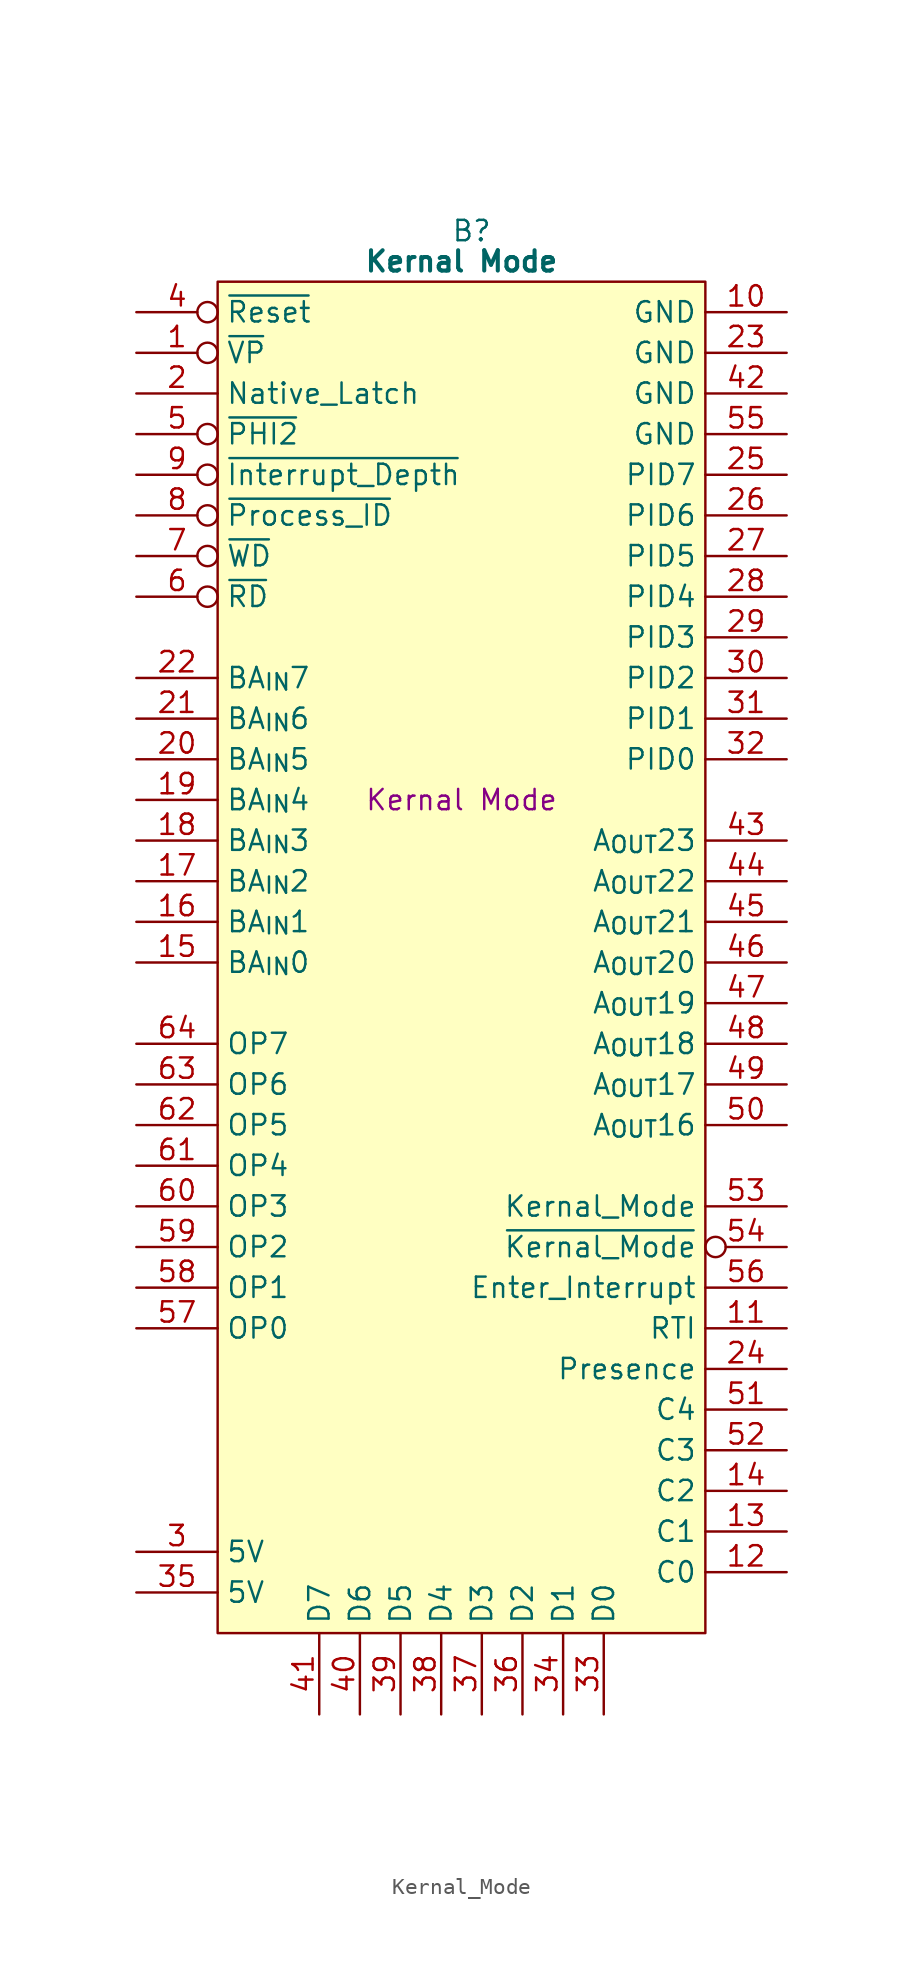
<source format=kicad_sym>
(kicad_symbol_lib
  (version 20241209)
  (generator "kicad_symbol_editor")
  (generator_version "9.0")
  (symbol "Kernal_Mode"
    (property "Reference" "B"
      (at 15.875 5.08 0)
      (effects (font (size 1.27 1.27))))
    (property "Value" "Kernal Mode"
      (at 15.24 3.175 0)
      (effects (font (size 1.27 1.27) (bold yes))))
    (property "Description" "Kernal Mode"
      (at 15.24 -30.48 0)
      (effects (font (size 1.27 1.27))))
    (symbol "Kernal_Mode_0_1"
      (polyline (pts (xy 0 1.905) (xy 30.48 1.905) (xy 30.48 -82.55) (xy 0 -82.55) (xy 0 1.905)) (stroke (width 0.152) (type default)) (fill (type background))))
    (symbol "Kernal_Mode_1_0"
      (pin input line (at -5.08 -53.34 0) (length 5.08) (name "OP4" (effects (font (size 1.27 1.27)))) (number "61" (effects (font (size 1.27 1.27)))))
      (pin input line (at -5.08 -55.88 0) (length 5.08) (name "OP3" (effects (font (size 1.27 1.27)))) (number "60" (effects (font (size 1.27 1.27)))))
      (pin input line (at -5.08 -58.42 0) (length 5.08) (name "OP2" (effects (font (size 1.27 1.27)))) (number "59" (effects (font (size 1.27 1.27)))))
      (pin input line (at -5.08 -60.96 0) (length 5.08) (name "OP1" (effects (font (size 1.27 1.27)))) (number "58" (effects (font (size 1.27 1.27)))))
      (pin input line (at -5.08 -63.5 0) (length 5.08) (name "OP0" (effects (font (size 1.27 1.27)))) (number "57" (effects (font (size 1.27 1.27)))))
      (pin tri_state line (at 11.43 -87.63 90) (length 5.08) (name "D5" (effects (font (size 1.27 1.27)))) (number "39" (effects (font (size 1.27 1.27)))))
      (pin tri_state line (at 13.97 -87.63 90) (length 5.08) (name "D4" (effects (font (size 1.27 1.27)))) (number "38" (effects (font (size 1.27 1.27)))))
      (pin tri_state line (at 16.51 -87.63 90) (length 5.08) (name "D3" (effects (font (size 1.27 1.27)))) (number "37" (effects (font (size 1.27 1.27)))))
      (pin tri_state line (at 19.05 -87.63 90) (length 5.08) (name "D2" (effects (font (size 1.27 1.27)))) (number "36" (effects (font (size 1.27 1.27)))))
      (pin tri_state line (at 21.59 -87.63 90) (length 5.08) (name "D1" (effects (font (size 1.27 1.27)))) (number "34" (effects (font (size 1.27 1.27)))))
      (pin tri_state line (at 24.13 -87.63 90) (length 5.08) (name "D0" (effects (font (size 1.27 1.27)))) (number "33" (effects (font (size 1.27 1.27)))))
      (pin output line (at 35.56 -27.94 180) (length 5.08) (name "PID0" (effects (font (size 1.27 1.27)))) (number "32" (effects (font (size 1.27 1.27)))))
      (pin output line (at 35.56 -38.1 180) (length 5.08) (name "A_{OUT}21" (effects (font (size 1.27 1.27)))) (number "45" (effects (font (size 1.27 1.27)))))
      (pin output inverted (at 35.56 -58.42 180) (length 5.08) (name "~{Kernal_Mode}" (effects (font (size 1.27 1.27)))) (number "54" (effects (font (size 1.27 1.27)))))
      (pin output line (at 35.56 -60.96 180) (length 5.08) (name "Enter_Interrupt" (effects (font (size 1.27 1.27)))) (number "56" (effects (font (size 1.27 1.27))))))
    (symbol "Kernal_Mode_1_1"
      (pin input inverted (at -5.08 0 0) (length 5.08) (name "~{Reset}" (effects (font (size 1.27 1.27)))) (number "4" (effects (font (size 1.27 1.27)))))
      (pin input inverted (at -5.08 -2.54 0) (length 5.08) (name "~{VP}" (effects (font (size 1.27 1.27)))) (number "1" (effects (font (size 1.27 1.27)))))
      (pin input line (at -5.08 -5.08 0) (length 5.08) (name "Native_Latch" (effects (font (size 1.27 1.27)))) (number "2" (effects (font (size 1.27 1.27)))))
      (pin input inverted (at -5.08 -7.62 0) (length 5.08) (name "~{PHI2}" (effects (font (size 1.27 1.27)))) (number "5" (effects (font (size 1.27 1.27)))))
      (pin input inverted (at -5.08 -10.16 0) (length 5.08) (name "~{Interrupt_Depth}" (effects (font (size 1.27 1.27)))) (number "9" (effects (font (size 1.27 1.27)))))
      (pin input inverted (at -5.08 -12.7 0) (length 5.08) (name "~{Process_ID}" (effects (font (size 1.27 1.27)))) (number "8" (effects (font (size 1.27 1.27)))))
      (pin input inverted (at -5.08 -15.24 0) (length 5.08) (name "~{WD}" (effects (font (size 1.27 1.27)))) (number "7" (effects (font (size 1.27 1.27)))))
      (pin input inverted (at -5.08 -17.78 0) (length 5.08) (name "~{RD}" (effects (font (size 1.27 1.27)))) (number "6" (effects (font (size 1.27 1.27)))))
      (pin input line (at -5.08 -22.86 0) (length 5.08) (name "BA_{IN}7" (effects (font (size 1.27 1.27)))) (number "22" (effects (font (size 1.27 1.27)))))
      (pin input line (at -5.08 -25.4 0) (length 5.08) (name "BA_{IN}6" (effects (font (size 1.27 1.27)))) (number "21" (effects (font (size 1.27 1.27)))))
      (pin input line (at -5.08 -27.94 0) (length 5.08) (name "BA_{IN}5" (effects (font (size 1.27 1.27)))) (number "20" (effects (font (size 1.27 1.27)))))
      (pin input line (at -5.08 -30.48 0) (length 5.08) (name "BA_{IN}4" (effects (font (size 1.27 1.27)))) (number "19" (effects (font (size 1.27 1.27)))))
      (pin input line (at -5.08 -33.02 0) (length 5.08) (name "BA_{IN}3" (effects (font (size 1.27 1.27)))) (number "18" (effects (font (size 1.27 1.27)))))
      (pin input line (at -5.08 -35.56 0) (length 5.08) (name "BA_{IN}2" (effects (font (size 1.27 1.27)))) (number "17" (effects (font (size 1.27 1.27)))))
      (pin input line (at -5.08 -38.1 0) (length 5.08) (name "BA_{IN}1" (effects (font (size 1.27 1.27)))) (number "16" (effects (font (size 1.27 1.27)))))
      (pin input line (at -5.08 -40.64 0) (length 5.08) (name "BA_{IN}0" (effects (font (size 1.27 1.27)))) (number "15" (effects (font (size 1.27 1.27)))))
      (pin input line (at -5.08 -45.72 0) (length 5.08) (name "OP7" (effects (font (size 1.27 1.27)))) (number "64" (effects (font (size 1.27 1.27)))))
      (pin input line (at -5.08 -48.26 0) (length 5.08) (name "OP6" (effects (font (size 1.27 1.27)))) (number "63" (effects (font (size 1.27 1.27)))))
      (pin input line (at -5.08 -50.8 0) (length 5.08) (name "OP5" (effects (font (size 1.27 1.27)))) (number "62" (effects (font (size 1.27 1.27)))))
      (pin passive line (at -5.08 -77.47 0) (length 5.08) (name "5V" (effects (font (size 1.27 1.27)))) (number "3" (effects (font (size 1.27 1.27)))))
      (pin passive line (at -5.08 -80.01 0) (length 5.08) (name "5V" (effects (font (size 1.27 1.27)))) (number "35" (effects (font (size 1.27 1.27)))))
      (pin tri_state line (at 6.35 -87.63 90) (length 5.08) (name "D7" (effects (font (size 1.27 1.27)))) (number "41" (effects (font (size 1.27 1.27)))))
      (pin tri_state line (at 8.89 -87.63 90) (length 5.08) (name "D6" (effects (font (size 1.27 1.27)))) (number "40" (effects (font (size 1.27 1.27)))))
      (pin passive line (at 35.56 0 180) (length 5.08) (name "GND" (effects (font (size 1.27 1.27)))) (number "10" (effects (font (size 1.27 1.27)))))
      (pin passive line (at 35.56 -2.54 180) (length 5.08) (name "GND" (effects (font (size 1.27 1.27)))) (number "23" (effects (font (size 1.27 1.27)))))
      (pin passive line (at 35.56 -5.08 180) (length 5.08) (name "GND" (effects (font (size 1.27 1.27)))) (number "42" (effects (font (size 1.27 1.27)))))
      (pin passive line (at 35.56 -7.62 180) (length 5.08) (name "GND" (effects (font (size 1.27 1.27)))) (number "55" (effects (font (size 1.27 1.27)))))
      (pin output line (at 35.56 -10.16 180) (length 5.08) (name "PID7" (effects (font (size 1.27 1.27)))) (number "25" (effects (font (size 1.27 1.27)))))
      (pin output line (at 35.56 -12.7 180) (length 5.08) (name "PID6" (effects (font (size 1.27 1.27)))) (number "26" (effects (font (size 1.27 1.27)))))
      (pin output line (at 35.56 -15.24 180) (length 5.08) (name "PID5" (effects (font (size 1.27 1.27)))) (number "27" (effects (font (size 1.27 1.27)))))
      (pin output line (at 35.56 -17.78 180) (length 5.08) (name "PID4" (effects (font (size 1.27 1.27)))) (number "28" (effects (font (size 1.27 1.27)))))
      (pin output line (at 35.56 -20.32 180) (length 5.08) (name "PID3" (effects (font (size 1.27 1.27)))) (number "29" (effects (font (size 1.27 1.27)))))
      (pin output line (at 35.56 -22.86 180) (length 5.08) (name "PID2" (effects (font (size 1.27 1.27)))) (number "30" (effects (font (size 1.27 1.27)))))
      (pin output line (at 35.56 -25.4 180) (length 5.08) (name "PID1" (effects (font (size 1.27 1.27)))) (number "31" (effects (font (size 1.27 1.27)))))
      (pin output line (at 35.56 -33.02 180) (length 5.08) (name "A_{OUT}23" (effects (font (size 1.27 1.27)))) (number "43" (effects (font (size 1.27 1.27)))))
      (pin output line (at 35.56 -35.56 180) (length 5.08) (name "A_{OUT}22" (effects (font (size 1.27 1.27)))) (number "44" (effects (font (size 1.27 1.27)))))
      (pin output line (at 35.56 -40.64 180) (length 5.08) (name "A_{OUT}20" (effects (font (size 1.27 1.27)))) (number "46" (effects (font (size 1.27 1.27)))))
      (pin output line (at 35.56 -43.18 180) (length 5.08) (name "A_{OUT}19" (effects (font (size 1.27 1.27)))) (number "47" (effects (font (size 1.27 1.27)))))
      (pin output line (at 35.56 -45.72 180) (length 5.08) (name "A_{OUT}18" (effects (font (size 1.27 1.27)))) (number "48" (effects (font (size 1.27 1.27)))))
      (pin output line (at 35.56 -48.26 180) (length 5.08) (name "A_{OUT}17" (effects (font (size 1.27 1.27)))) (number "49" (effects (font (size 1.27 1.27)))))
      (pin output line (at 35.56 -50.8 180) (length 5.08) (name "A_{OUT}16" (effects (font (size 1.27 1.27)))) (number "50" (effects (font (size 1.27 1.27)))))
      (pin output line (at 35.56 -55.88 180) (length 5.08) (name "Kernal_Mode" (effects (font (size 1.27 1.27)))) (number "53" (effects (font (size 1.27 1.27)))))
      (pin output line (at 35.56 -63.5 180) (length 5.08) (name "RTI" (effects (font (size 1.27 1.27)))) (number "11" (effects (font (size 1.27 1.27)))))
      (pin output line (at 35.56 -66.04 180) (length 5.08) (name "Presence" (effects (font (size 1.27 1.27)))) (number "24" (effects (font (size 1.27 1.27)))))
      (pin output line (at 35.56 -68.58 180) (length 5.08) (name "C4" (effects (font (size 1.27 1.27)))) (number "51" (effects (font (size 1.27 1.27)))))
      (pin output line (at 35.56 -71.12 180) (length 5.08) (name "C3" (effects (font (size 1.27 1.27)))) (number "52" (effects (font (size 1.27 1.27)))))
      (pin output line (at 35.56 -73.66 180) (length 5.08) (name "C2" (effects (font (size 1.27 1.27)))) (number "14" (effects (font (size 1.27 1.27)))))
      (pin output line (at 35.56 -76.2 180) (length 5.08) (name "C1" (effects (font (size 1.27 1.27)))) (number "13" (effects (font (size 1.27 1.27)))))
      (pin output line (at 35.56 -78.74 180) (length 5.08) (name "C0" (effects (font (size 1.27 1.27)))) (number "12" (effects (font (size 1.27 1.27))))))))
</source>
